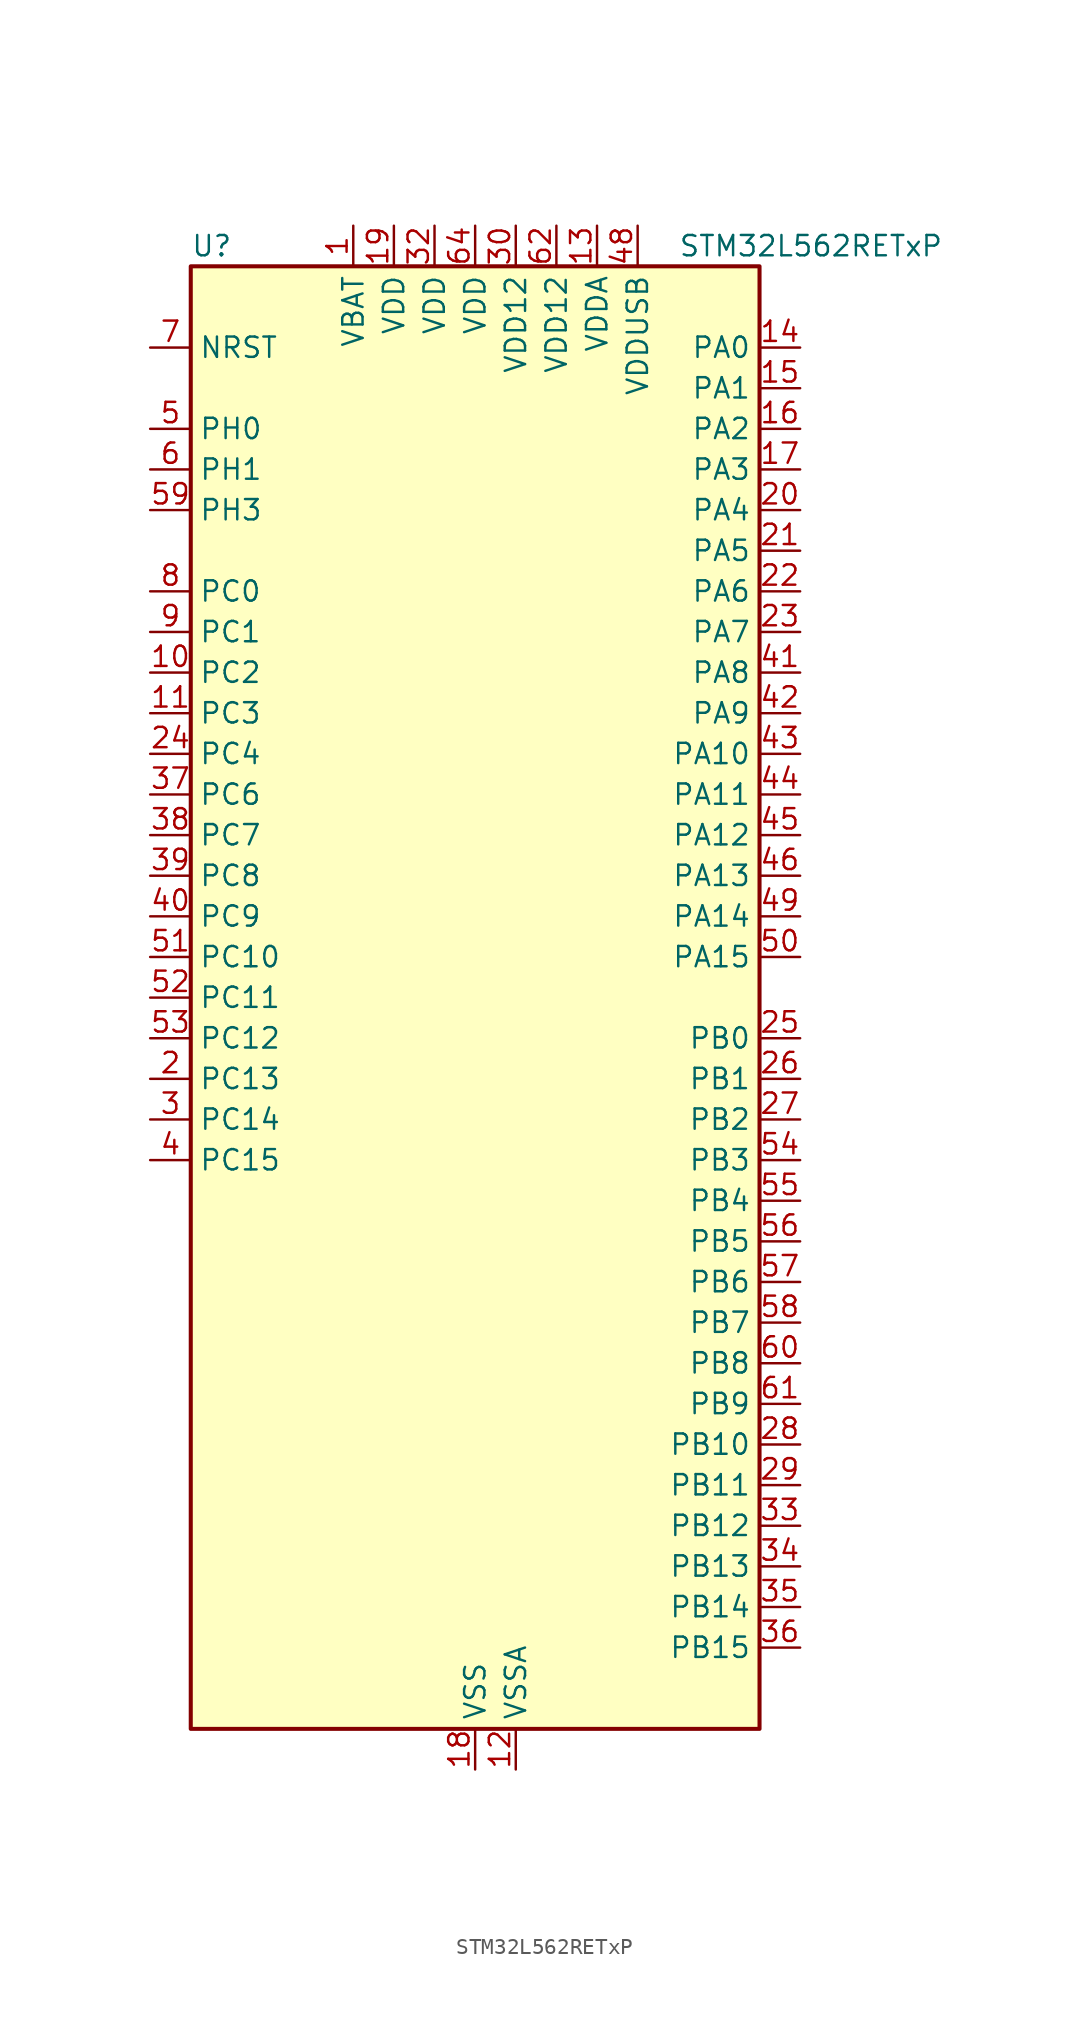
<source format=kicad_sym>
(kicad_symbol_lib
  (version 20241209)
  (generator "kicad_symbol_editor")
  (generator_version "9.0")
  (symbol "STM32L562RETxP"
    (property "Reference" "U"
      (at -17.78 46.99 0)
      (effects (font (size 1.27 1.27)) (justify left)))
    (property "Value" "STM32L562RETxP"
      (at 12.7 46.99 0)
      (effects (font (size 1.27 1.27)) (justify left)))
    (symbol "STM32L562RETxP_0_1"
      (rectangle (start -17.78 -45.72) (end 17.78 45.72) (stroke (width 0.254) (type default)) (fill (type background))))
    (symbol "STM32L562RETxP_1_1"
      (pin input line (at -20.32 40.64 0) (length 2.54) (name "NRST" (effects (font (size 1.27 1.27)))) (number "7" (effects (font (size 1.27 1.27)))))
      (pin bidirectional line (at -20.32 35.56 0) (length 2.54) (name "PH0" (effects (font (size 1.27 1.27)))) (number "5" (effects (font (size 1.27 1.27)))) (alternate "RCC_OSC_IN" bidirectional line))
      (pin bidirectional line (at -20.32 33.02 0) (length 2.54) (name "PH1" (effects (font (size 1.27 1.27)))) (number "6" (effects (font (size 1.27 1.27)))) (alternate "RCC_OSC_OUT" bidirectional line))
      (pin bidirectional line (at -20.32 30.48 0) (length 2.54) (name "PH3" (effects (font (size 1.27 1.27)))) (number "59" (effects (font (size 1.27 1.27)))))
      (pin bidirectional line (at -20.32 25.4 0) (length 2.54) (name "PC0" (effects (font (size 1.27 1.27)))) (number "8" (effects (font (size 1.27 1.27)))) (alternate "ADC1_IN1" bidirectional line) (alternate "ADC2_IN1" bidirectional line) (alternate "I2C3_SCL" bidirectional line) (alternate "LPTIM1_IN1" bidirectional line) (alternate "LPTIM2_IN1" bidirectional line) (alternate "LPUART1_RX" bidirectional line) (alternate "OCTOSPI1_IO7" bidirectional line) (alternate "SAI2_FS_A" bidirectional line))
      (pin bidirectional line (at -20.32 22.86 0) (length 2.54) (name "PC1" (effects (font (size 1.27 1.27)))) (number "9" (effects (font (size 1.27 1.27)))) (alternate "ADC1_IN2" bidirectional line) (alternate "ADC2_IN2" bidirectional line) (alternate "DEBUG_TRACED0" bidirectional line) (alternate "I2C3_SDA" bidirectional line) (alternate "LPTIM1_OUT" bidirectional line) (alternate "LPUART1_TX" bidirectional line) (alternate "OCTOSPI1_IO4" bidirectional line) (alternate "SAI1_SD_A" bidirectional line) (alternate "SPI2_MOSI" bidirectional line))
      (pin bidirectional line (at -20.32 20.32 0) (length 2.54) (name "PC2" (effects (font (size 1.27 1.27)))) (number "10" (effects (font (size 1.27 1.27)))) (alternate "ADC1_IN3" bidirectional line) (alternate "ADC2_IN3" bidirectional line) (alternate "DFSDM1_CKOUT" bidirectional line) (alternate "LPTIM1_IN2" bidirectional line) (alternate "OCTOSPI1_IO5" bidirectional line) (alternate "SPI2_MISO" bidirectional line))
      (pin bidirectional line (at -20.32 17.78 0) (length 2.54) (name "PC3" (effects (font (size 1.27 1.27)))) (number "11" (effects (font (size 1.27 1.27)))) (alternate "ADC1_IN4" bidirectional line) (alternate "ADC2_IN4" bidirectional line) (alternate "LPTIM1_ETR" bidirectional line) (alternate "LPTIM2_ETR" bidirectional line) (alternate "LPTIM3_OUT" bidirectional line) (alternate "OCTOSPI1_IO6" bidirectional line) (alternate "SAI1_D1" bidirectional line) (alternate "SAI1_SD_A" bidirectional line) (alternate "SPI2_MOSI" bidirectional line))
      (pin bidirectional line (at -20.32 15.24 0) (length 2.54) (name "PC4" (effects (font (size 1.27 1.27)))) (number "24" (effects (font (size 1.27 1.27)))) (alternate "ADC1_IN13" bidirectional line) (alternate "ADC2_IN13" bidirectional line) (alternate "COMP1_INM" bidirectional line) (alternate "OCTOSPI1_IO7" bidirectional line) (alternate "USART3_TX" bidirectional line))
      (pin bidirectional line (at -20.32 12.7 0) (length 2.54) (name "PC6" (effects (font (size 1.27 1.27)))) (number "37" (effects (font (size 1.27 1.27)))) (alternate "DFSDM1_CKIN3" bidirectional line) (alternate "SAI2_MCLK_A" bidirectional line) (alternate "TIM3_CH1" bidirectional line) (alternate "TIM8_CH1" bidirectional line) (alternate "TSC_G4_IO1" bidirectional line))
      (pin bidirectional line (at -20.32 10.16 0) (length 2.54) (name "PC7" (effects (font (size 1.27 1.27)))) (number "38" (effects (font (size 1.27 1.27)))) (alternate "DFSDM1_DATIN3" bidirectional line) (alternate "SAI2_MCLK_B" bidirectional line) (alternate "TIM3_CH2" bidirectional line) (alternate "TIM8_CH2" bidirectional line) (alternate "TSC_G4_IO2" bidirectional line))
      (pin bidirectional line (at -20.32 7.62 0) (length 2.54) (name "PC8" (effects (font (size 1.27 1.27)))) (number "39" (effects (font (size 1.27 1.27)))) (alternate "TIM3_CH3" bidirectional line) (alternate "TIM8_CH3" bidirectional line) (alternate "TSC_G4_IO3" bidirectional line))
      (pin bidirectional line (at -20.32 5.08 0) (length 2.54) (name "PC9" (effects (font (size 1.27 1.27)))) (number "40" (effects (font (size 1.27 1.27)))) (alternate "DAC1_EXTI9" bidirectional line) (alternate "DEBUG_TRACED0" bidirectional line) (alternate "SAI2_EXTCLK" bidirectional line) (alternate "TIM3_CH4" bidirectional line) (alternate "TIM8_BKIN2" bidirectional line) (alternate "TIM8_CH4" bidirectional line) (alternate "TSC_G4_IO4" bidirectional line) (alternate "USB_NOE" bidirectional line))
      (pin bidirectional line (at -20.32 2.54 0) (length 2.54) (name "PC10" (effects (font (size 1.27 1.27)))) (number "51" (effects (font (size 1.27 1.27)))) (alternate "DEBUG_TRACED1" bidirectional line) (alternate "LPTIM3_ETR" bidirectional line) (alternate "SAI2_SCK_B" bidirectional line) (alternate "SPI3_SCK" bidirectional line) (alternate "TSC_G3_IO2" bidirectional line) (alternate "UART4_TX" bidirectional line) (alternate "USART3_TX" bidirectional line))
      (pin bidirectional line (at -20.32 0 0) (length 2.54) (name "PC11" (effects (font (size 1.27 1.27)))) (number "52" (effects (font (size 1.27 1.27)))) (alternate "ADC1_EXTI11" bidirectional line) (alternate "ADC2_EXTI11" bidirectional line) (alternate "LPTIM3_IN1" bidirectional line) (alternate "OCTOSPI1_NCS" bidirectional line) (alternate "SAI2_MCLK_B" bidirectional line) (alternate "SPI3_MISO" bidirectional line) (alternate "TSC_G3_IO3" bidirectional line) (alternate "UART4_RX" bidirectional line) (alternate "UCPD1_FRSTX2" bidirectional line) (alternate "USART3_RX" bidirectional line))
      (pin bidirectional line (at -20.32 -2.54 0) (length 2.54) (name "PC12" (effects (font (size 1.27 1.27)))) (number "53" (effects (font (size 1.27 1.27)))) (alternate "DEBUG_TRACED3" bidirectional line) (alternate "SAI2_SD_B" bidirectional line) (alternate "SPI3_MOSI" bidirectional line) (alternate "TSC_G3_IO4" bidirectional line) (alternate "UART5_TX" bidirectional line) (alternate "USART3_CK" bidirectional line))
      (pin bidirectional line (at -20.32 -5.08 0) (length 2.54) (name "PC13" (effects (font (size 1.27 1.27)))) (number "2" (effects (font (size 1.27 1.27)))) (alternate "PWR_WKUP2" bidirectional line) (alternate "RTC_OUT1" bidirectional line) (alternate "RTC_TS" bidirectional line) (alternate "TAMP_IN1" bidirectional line) (alternate "TAMP_OUT2" bidirectional line))
      (pin bidirectional line (at -20.32 -7.62 0) (length 2.54) (name "PC14" (effects (font (size 1.27 1.27)))) (number "3" (effects (font (size 1.27 1.27)))) (alternate "RCC_OSC32_IN" bidirectional line))
      (pin bidirectional line (at -20.32 -10.16 0) (length 2.54) (name "PC15" (effects (font (size 1.27 1.27)))) (number "4" (effects (font (size 1.27 1.27)))) (alternate "ADC1_EXTI15" bidirectional line) (alternate "ADC2_EXTI15" bidirectional line) (alternate "RCC_OSC32_OUT" bidirectional line))
      (pin power_in line (at -7.62 48.26 270) (length 2.54) (name "VBAT" (effects (font (size 1.27 1.27)))) (number "1" (effects (font (size 1.27 1.27)))))
      (pin power_in line (at -5.08 48.26 270) (length 2.54) (name "VDD" (effects (font (size 1.27 1.27)))) (number "19" (effects (font (size 1.27 1.27)))))
      (pin power_in line (at -2.54 48.26 270) (length 2.54) (name "VDD" (effects (font (size 1.27 1.27)))) (number "32" (effects (font (size 1.27 1.27)))))
      (pin power_in line (at 0 48.26 270) (length 2.54) (name "VDD" (effects (font (size 1.27 1.27)))) (number "64" (effects (font (size 1.27 1.27)))))
      (pin power_in line (at 0 -48.26 90) (length 2.54) (name "VSS" (effects (font (size 1.27 1.27)))) (number "18" (effects (font (size 1.27 1.27)))))
      (pin passive line (at 0 -48.26 90) (length 2.54) (hide yes) (name "VSS" (effects (font (size 1.27 1.27)))) (number "31" (effects (font (size 1.27 1.27)))))
      (pin passive line (at 0 -48.26 90) (length 2.54) (hide yes) (name "VSS" (effects (font (size 1.27 1.27)))) (number "47" (effects (font (size 1.27 1.27)))))
      (pin passive line (at 0 -48.26 90) (length 2.54) (hide yes) (name "VSS" (effects (font (size 1.27 1.27)))) (number "63" (effects (font (size 1.27 1.27)))))
      (pin power_in line (at 2.54 48.26 270) (length 2.54) (name "VDD12" (effects (font (size 1.27 1.27)))) (number "30" (effects (font (size 1.27 1.27)))))
      (pin power_in line (at 2.54 -48.26 90) (length 2.54) (name "VSSA" (effects (font (size 1.27 1.27)))) (number "12" (effects (font (size 1.27 1.27)))))
      (pin power_in line (at 5.08 48.26 270) (length 2.54) (name "VDD12" (effects (font (size 1.27 1.27)))) (number "62" (effects (font (size 1.27 1.27)))))
      (pin power_in line (at 7.62 48.26 270) (length 2.54) (name "VDDA" (effects (font (size 1.27 1.27)))) (number "13" (effects (font (size 1.27 1.27)))))
      (pin power_in line (at 10.16 48.26 270) (length 2.54) (name "VDDUSB" (effects (font (size 1.27 1.27)))) (number "48" (effects (font (size 1.27 1.27)))))
      (pin bidirectional line (at 20.32 40.64 180) (length 2.54) (name "PA0" (effects (font (size 1.27 1.27)))) (number "14" (effects (font (size 1.27 1.27)))) (alternate "ADC1_IN5" bidirectional line) (alternate "ADC2_IN5" bidirectional line) (alternate "OPAMP1_VINP" bidirectional line) (alternate "PWR_WKUP1" bidirectional line) (alternate "SAI1_EXTCLK" bidirectional line) (alternate "TAMP_IN2" bidirectional line) (alternate "TAMP_OUT1" bidirectional line) (alternate "TIM2_CH1" bidirectional line) (alternate "TIM2_ETR" bidirectional line) (alternate "TIM5_CH1" bidirectional line) (alternate "TIM8_ETR" bidirectional line) (alternate "UART4_TX" bidirectional line) (alternate "USART2_CTS" bidirectional line) (alternate "USART2_NSS" bidirectional line))
      (pin bidirectional line (at 20.32 38.1 180) (length 2.54) (name "PA1" (effects (font (size 1.27 1.27)))) (number "15" (effects (font (size 1.27 1.27)))) (alternate "ADC1_IN6" bidirectional line) (alternate "ADC2_IN6" bidirectional line) (alternate "I2C1_SMBA" bidirectional line) (alternate "OCTOSPI1_DQS" bidirectional line) (alternate "OPAMP1_VINM" bidirectional line) (alternate "SPI1_SCK" bidirectional line) (alternate "TAMP_IN5" bidirectional line) (alternate "TAMP_OUT4" bidirectional line) (alternate "TIM15_CH1N" bidirectional line) (alternate "TIM2_CH2" bidirectional line) (alternate "TIM5_CH2" bidirectional line) (alternate "UART4_RX" bidirectional line) (alternate "USART2_DE" bidirectional line) (alternate "USART2_RTS" bidirectional line))
      (pin bidirectional line (at 20.32 35.56 180) (length 2.54) (name "PA2" (effects (font (size 1.27 1.27)))) (number "16" (effects (font (size 1.27 1.27)))) (alternate "ADC1_IN7" bidirectional line) (alternate "ADC2_IN7" bidirectional line) (alternate "COMP1_INP" bidirectional line) (alternate "LPUART1_TX" bidirectional line) (alternate "OCTOSPI1_NCS" bidirectional line) (alternate "PWR_WKUP4" bidirectional line) (alternate "RCC_LSCO" bidirectional line) (alternate "SAI2_EXTCLK" bidirectional line) (alternate "TIM15_CH1" bidirectional line) (alternate "TIM2_CH3" bidirectional line) (alternate "TIM5_CH3" bidirectional line) (alternate "UCPD1_FRSTX1" bidirectional line) (alternate "USART2_TX" bidirectional line))
      (pin bidirectional line (at 20.32 33.02 180) (length 2.54) (name "PA3" (effects (font (size 1.27 1.27)))) (number "17" (effects (font (size 1.27 1.27)))) (alternate "ADC1_IN8" bidirectional line) (alternate "ADC2_IN8" bidirectional line) (alternate "LPUART1_RX" bidirectional line) (alternate "OCTOSPI1_CLK" bidirectional line) (alternate "OPAMP1_VOUT" bidirectional line) (alternate "SAI1_CK1" bidirectional line) (alternate "SAI1_MCLK_A" bidirectional line) (alternate "TIM15_CH2" bidirectional line) (alternate "TIM2_CH4" bidirectional line) (alternate "TIM5_CH4" bidirectional line) (alternate "USART2_RX" bidirectional line))
      (pin bidirectional line (at 20.32 30.48 180) (length 2.54) (name "PA4" (effects (font (size 1.27 1.27)))) (number "20" (effects (font (size 1.27 1.27)))) (alternate "ADC1_IN9" bidirectional line) (alternate "ADC2_IN9" bidirectional line) (alternate "DAC1_OUT1" bidirectional line) (alternate "LPTIM2_OUT" bidirectional line) (alternate "OCTOSPI1_NCS" bidirectional line) (alternate "SAI1_FS_B" bidirectional line) (alternate "SPI1_NSS" bidirectional line) (alternate "SPI3_NSS" bidirectional line) (alternate "USART2_CK" bidirectional line))
      (pin bidirectional line (at 20.32 27.94 180) (length 2.54) (name "PA5" (effects (font (size 1.27 1.27)))) (number "21" (effects (font (size 1.27 1.27)))) (alternate "ADC1_IN10" bidirectional line) (alternate "ADC2_IN10" bidirectional line) (alternate "DAC1_OUT2" bidirectional line) (alternate "LPTIM2_ETR" bidirectional line) (alternate "SPI1_SCK" bidirectional line) (alternate "TIM2_CH1" bidirectional line) (alternate "TIM2_ETR" bidirectional line) (alternate "TIM8_CH1N" bidirectional line))
      (pin bidirectional line (at 20.32 25.4 180) (length 2.54) (name "PA6" (effects (font (size 1.27 1.27)))) (number "22" (effects (font (size 1.27 1.27)))) (alternate "ADC1_IN11" bidirectional line) (alternate "ADC2_IN11" bidirectional line) (alternate "LPUART1_CTS" bidirectional line) (alternate "OCTOSPI1_IO3" bidirectional line) (alternate "OPAMP2_VINP" bidirectional line) (alternate "SPI1_MISO" bidirectional line) (alternate "TIM16_CH1" bidirectional line) (alternate "TIM1_BKIN" bidirectional line) (alternate "TIM3_CH1" bidirectional line) (alternate "TIM8_BKIN" bidirectional line) (alternate "USART3_CTS" bidirectional line) (alternate "USART3_NSS" bidirectional line))
      (pin bidirectional line (at 20.32 22.86 180) (length 2.54) (name "PA7" (effects (font (size 1.27 1.27)))) (number "23" (effects (font (size 1.27 1.27)))) (alternate "ADC1_IN12" bidirectional line) (alternate "ADC2_IN12" bidirectional line) (alternate "I2C3_SCL" bidirectional line) (alternate "OCTOSPI1_IO2" bidirectional line) (alternate "OPAMP2_VINM" bidirectional line) (alternate "SPI1_MOSI" bidirectional line) (alternate "TIM17_CH1" bidirectional line) (alternate "TIM1_CH1N" bidirectional line) (alternate "TIM3_CH2" bidirectional line) (alternate "TIM8_CH1N" bidirectional line))
      (pin bidirectional line (at 20.32 20.32 180) (length 2.54) (name "PA8" (effects (font (size 1.27 1.27)))) (number "41" (effects (font (size 1.27 1.27)))) (alternate "LPTIM2_OUT" bidirectional line) (alternate "RCC_MCO" bidirectional line) (alternate "SAI1_CK2" bidirectional line) (alternate "SAI1_SCK_A" bidirectional line) (alternate "TIM1_CH1" bidirectional line) (alternate "USART1_CK" bidirectional line))
      (pin bidirectional line (at 20.32 17.78 180) (length 2.54) (name "PA9" (effects (font (size 1.27 1.27)))) (number "42" (effects (font (size 1.27 1.27)))) (alternate "DAC1_EXTI9" bidirectional line) (alternate "SAI1_FS_A" bidirectional line) (alternate "SPI2_SCK" bidirectional line) (alternate "TIM15_BKIN" bidirectional line) (alternate "TIM1_CH2" bidirectional line) (alternate "USART1_TX" bidirectional line))
      (pin bidirectional line (at 20.32 15.24 180) (length 2.54) (name "PA10" (effects (font (size 1.27 1.27)))) (number "43" (effects (font (size 1.27 1.27)))) (alternate "CRS_SYNC" bidirectional line) (alternate "SAI1_D1" bidirectional line) (alternate "SAI1_SD_A" bidirectional line) (alternate "TIM17_BKIN" bidirectional line) (alternate "TIM1_CH3" bidirectional line) (alternate "USART1_RX" bidirectional line))
      (pin bidirectional line (at 20.32 12.7 180) (length 2.54) (name "PA11" (effects (font (size 1.27 1.27)))) (number "44" (effects (font (size 1.27 1.27)))) (alternate "ADC1_EXTI11" bidirectional line) (alternate "ADC2_EXTI11" bidirectional line) (alternate "FDCAN1_RX" bidirectional line) (alternate "SPI1_MISO" bidirectional line) (alternate "TIM1_BKIN2" bidirectional line) (alternate "TIM1_CH4" bidirectional line) (alternate "USART1_CTS" bidirectional line) (alternate "USART1_NSS" bidirectional line) (alternate "USB_DM" bidirectional line))
      (pin bidirectional line (at 20.32 10.16 180) (length 2.54) (name "PA12" (effects (font (size 1.27 1.27)))) (number "45" (effects (font (size 1.27 1.27)))) (alternate "FDCAN1_TX" bidirectional line) (alternate "SPI1_MOSI" bidirectional line) (alternate "TIM1_ETR" bidirectional line) (alternate "USART1_DE" bidirectional line) (alternate "USART1_RTS" bidirectional line) (alternate "USB_DP" bidirectional line))
      (pin bidirectional line (at 20.32 7.62 180) (length 2.54) (name "PA13" (effects (font (size 1.27 1.27)))) (number "46" (effects (font (size 1.27 1.27)))) (alternate "DEBUG_JTMS-SWDIO" bidirectional line) (alternate "IR_OUT" bidirectional line) (alternate "SAI1_SD_B" bidirectional line) (alternate "USB_NOE" bidirectional line))
      (pin bidirectional line (at 20.32 5.08 180) (length 2.54) (name "PA14" (effects (font (size 1.27 1.27)))) (number "49" (effects (font (size 1.27 1.27)))) (alternate "DEBUG_JTCK-SWCLK" bidirectional line) (alternate "I2C1_SMBA" bidirectional line) (alternate "I2C4_SMBA" bidirectional line) (alternate "LPTIM1_OUT" bidirectional line) (alternate "SAI1_FS_B" bidirectional line))
      (pin bidirectional line (at 20.32 2.54 180) (length 2.54) (name "PA15" (effects (font (size 1.27 1.27)))) (number "50" (effects (font (size 1.27 1.27)))) (alternate "ADC1_EXTI15" bidirectional line) (alternate "ADC2_EXTI15" bidirectional line) (alternate "DEBUG_JTDI" bidirectional line) (alternate "SAI2_FS_B" bidirectional line) (alternate "SPI1_NSS" bidirectional line) (alternate "SPI3_NSS" bidirectional line) (alternate "TIM2_CH1" bidirectional line) (alternate "TIM2_ETR" bidirectional line) (alternate "UART4_DE" bidirectional line) (alternate "UART4_RTS" bidirectional line) (alternate "UCPD1_CC1" bidirectional line) (alternate "USART2_RX" bidirectional line) (alternate "USART3_DE" bidirectional line) (alternate "USART3_RTS" bidirectional line))
      (pin bidirectional line (at 20.32 -2.54 180) (length 2.54) (name "PB0" (effects (font (size 1.27 1.27)))) (number "25" (effects (font (size 1.27 1.27)))) (alternate "ADC1_IN15" bidirectional line) (alternate "ADC2_IN15" bidirectional line) (alternate "COMP1_OUT" bidirectional line) (alternate "OCTOSPI1_IO1" bidirectional line) (alternate "OPAMP2_VOUT" bidirectional line) (alternate "SAI1_EXTCLK" bidirectional line) (alternate "SPI1_NSS" bidirectional line) (alternate "TIM1_CH2N" bidirectional line) (alternate "TIM3_CH3" bidirectional line) (alternate "TIM8_CH2N" bidirectional line) (alternate "USART3_CK" bidirectional line))
      (pin bidirectional line (at 20.32 -5.08 180) (length 2.54) (name "PB1" (effects (font (size 1.27 1.27)))) (number "26" (effects (font (size 1.27 1.27)))) (alternate "ADC1_IN16" bidirectional line) (alternate "ADC2_IN16" bidirectional line) (alternate "COMP1_INM" bidirectional line) (alternate "DFSDM1_DATIN0" bidirectional line) (alternate "LPTIM2_IN1" bidirectional line) (alternate "LPUART1_DE" bidirectional line) (alternate "LPUART1_RTS" bidirectional line) (alternate "OCTOSPI1_IO0" bidirectional line) (alternate "TIM1_CH3N" bidirectional line) (alternate "TIM3_CH4" bidirectional line) (alternate "TIM8_CH3N" bidirectional line) (alternate "USART3_DE" bidirectional line) (alternate "USART3_RTS" bidirectional line))
      (pin bidirectional line (at 20.32 -7.62 180) (length 2.54) (name "PB2" (effects (font (size 1.27 1.27)))) (number "27" (effects (font (size 1.27 1.27)))) (alternate "COMP1_INP" bidirectional line) (alternate "DFSDM1_CKIN0" bidirectional line) (alternate "I2C3_SMBA" bidirectional line) (alternate "LPTIM1_OUT" bidirectional line) (alternate "OCTOSPI1_DQS" bidirectional line) (alternate "RTC_OUT2" bidirectional line) (alternate "UCPD1_FRSTX1" bidirectional line))
      (pin bidirectional line (at 20.32 -10.16 180) (length 2.54) (name "PB3" (effects (font (size 1.27 1.27)))) (number "54" (effects (font (size 1.27 1.27)))) (alternate "COMP2_INM" bidirectional line) (alternate "CRS_SYNC" bidirectional line) (alternate "DEBUG_JTDO-SWO" bidirectional line) (alternate "SAI1_SCK_B" bidirectional line) (alternate "SPI1_SCK" bidirectional line) (alternate "SPI3_SCK" bidirectional line) (alternate "TIM2_CH2" bidirectional line) (alternate "USART1_DE" bidirectional line) (alternate "USART1_RTS" bidirectional line))
      (pin bidirectional line (at 20.32 -12.7 180) (length 2.54) (name "PB4" (effects (font (size 1.27 1.27)))) (number "55" (effects (font (size 1.27 1.27)))) (alternate "COMP2_INP" bidirectional line) (alternate "DEBUG_JTRST" bidirectional line) (alternate "I2C3_SDA" bidirectional line) (alternate "SAI1_MCLK_B" bidirectional line) (alternate "SPI1_MISO" bidirectional line) (alternate "SPI3_MISO" bidirectional line) (alternate "TIM17_BKIN" bidirectional line) (alternate "TIM3_CH1" bidirectional line) (alternate "TSC_G2_IO1" bidirectional line) (alternate "UART5_DE" bidirectional line) (alternate "UART5_RTS" bidirectional line) (alternate "USART1_CTS" bidirectional line) (alternate "USART1_NSS" bidirectional line))
      (pin bidirectional line (at 20.32 -15.24 180) (length 2.54) (name "PB5" (effects (font (size 1.27 1.27)))) (number "56" (effects (font (size 1.27 1.27)))) (alternate "COMP2_OUT" bidirectional line) (alternate "I2C1_SMBA" bidirectional line) (alternate "LPTIM1_IN1" bidirectional line) (alternate "OCTOSPI1_NCLK" bidirectional line) (alternate "SAI1_SD_B" bidirectional line) (alternate "SPI1_MOSI" bidirectional line) (alternate "SPI3_MOSI" bidirectional line) (alternate "TIM16_BKIN" bidirectional line) (alternate "TIM3_CH2" bidirectional line) (alternate "TSC_G2_IO2" bidirectional line) (alternate "UART5_CTS" bidirectional line) (alternate "UCPD1_DBCC1" bidirectional line) (alternate "USART1_CK" bidirectional line))
      (pin bidirectional line (at 20.32 -17.78 180) (length 2.54) (name "PB6" (effects (font (size 1.27 1.27)))) (number "57" (effects (font (size 1.27 1.27)))) (alternate "COMP2_INP" bidirectional line) (alternate "I2C1_SCL" bidirectional line) (alternate "I2C4_SCL" bidirectional line) (alternate "LPTIM1_ETR" bidirectional line) (alternate "SAI1_FS_B" bidirectional line) (alternate "TIM16_CH1N" bidirectional line) (alternate "TIM4_CH1" bidirectional line) (alternate "TIM8_BKIN2" bidirectional line) (alternate "TSC_G2_IO3" bidirectional line) (alternate "USART1_TX" bidirectional line))
      (pin bidirectional line (at 20.32 -20.32 180) (length 2.54) (name "PB7" (effects (font (size 1.27 1.27)))) (number "58" (effects (font (size 1.27 1.27)))) (alternate "COMP2_INM" bidirectional line) (alternate "I2C1_SDA" bidirectional line) (alternate "I2C4_SDA" bidirectional line) (alternate "LPTIM1_IN2" bidirectional line) (alternate "PWR_PVD_IN" bidirectional line) (alternate "TIM17_CH1N" bidirectional line) (alternate "TIM4_CH2" bidirectional line) (alternate "TIM8_BKIN" bidirectional line) (alternate "TSC_G2_IO4" bidirectional line) (alternate "UART4_CTS" bidirectional line) (alternate "USART1_RX" bidirectional line))
      (pin bidirectional line (at 20.32 -22.86 180) (length 2.54) (name "PB8" (effects (font (size 1.27 1.27)))) (number "60" (effects (font (size 1.27 1.27)))) (alternate "DFSDM1_CKOUT" bidirectional line) (alternate "FDCAN1_RX" bidirectional line) (alternate "I2C1_SCL" bidirectional line) (alternate "SAI1_CK1" bidirectional line) (alternate "SAI1_MCLK_A" bidirectional line) (alternate "TIM16_CH1" bidirectional line) (alternate "TIM4_CH3" bidirectional line))
      (pin bidirectional line (at 20.32 -25.4 180) (length 2.54) (name "PB9" (effects (font (size 1.27 1.27)))) (number "61" (effects (font (size 1.27 1.27)))) (alternate "DAC1_EXTI9" bidirectional line) (alternate "FDCAN1_TX" bidirectional line) (alternate "I2C1_SDA" bidirectional line) (alternate "IR_OUT" bidirectional line) (alternate "SAI1_D2" bidirectional line) (alternate "SAI1_FS_A" bidirectional line) (alternate "SPI2_NSS" bidirectional line) (alternate "TIM17_CH1" bidirectional line) (alternate "TIM4_CH4" bidirectional line))
      (pin bidirectional line (at 20.32 -27.94 180) (length 2.54) (name "PB10" (effects (font (size 1.27 1.27)))) (number "28" (effects (font (size 1.27 1.27)))) (alternate "COMP1_OUT" bidirectional line) (alternate "I2C2_SCL" bidirectional line) (alternate "I2C4_SCL" bidirectional line) (alternate "LPTIM3_OUT" bidirectional line) (alternate "LPUART1_RX" bidirectional line) (alternate "OCTOSPI1_CLK" bidirectional line) (alternate "SAI1_SCK_A" bidirectional line) (alternate "SPI2_SCK" bidirectional line) (alternate "TIM2_CH3" bidirectional line) (alternate "TSC_SYNC" bidirectional line) (alternate "USART3_TX" bidirectional line))
      (pin bidirectional line (at 20.32 -30.48 180) (length 2.54) (name "PB11" (effects (font (size 1.27 1.27)))) (number "29" (effects (font (size 1.27 1.27)))) (alternate "ADC1_EXTI11" bidirectional line) (alternate "ADC2_EXTI11" bidirectional line) (alternate "COMP2_OUT" bidirectional line) (alternate "I2C2_SDA" bidirectional line) (alternate "I2C4_SDA" bidirectional line) (alternate "LPUART1_TX" bidirectional line) (alternate "OCTOSPI1_NCS" bidirectional line) (alternate "TIM2_CH4" bidirectional line) (alternate "USART3_RX" bidirectional line))
      (pin bidirectional line (at 20.32 -33.02 180) (length 2.54) (name "PB12" (effects (font (size 1.27 1.27)))) (number "33" (effects (font (size 1.27 1.27)))) (alternate "DFSDM1_DATIN1" bidirectional line) (alternate "I2C2_SMBA" bidirectional line) (alternate "LPUART1_DE" bidirectional line) (alternate "LPUART1_RTS" bidirectional line) (alternate "OCTOSPI1_NCLK" bidirectional line) (alternate "SAI2_FS_A" bidirectional line) (alternate "SPI2_NSS" bidirectional line) (alternate "TIM15_BKIN" bidirectional line) (alternate "TIM1_BKIN" bidirectional line) (alternate "TSC_G1_IO1" bidirectional line) (alternate "USART3_CK" bidirectional line))
      (pin bidirectional line (at 20.32 -35.56 180) (length 2.54) (name "PB13" (effects (font (size 1.27 1.27)))) (number "34" (effects (font (size 1.27 1.27)))) (alternate "DFSDM1_CKIN1" bidirectional line) (alternate "I2C2_SCL" bidirectional line) (alternate "LPTIM3_IN1" bidirectional line) (alternate "LPUART1_CTS" bidirectional line) (alternate "SAI2_SCK_A" bidirectional line) (alternate "SPI2_SCK" bidirectional line) (alternate "TIM15_CH1N" bidirectional line) (alternate "TIM1_CH1N" bidirectional line) (alternate "TSC_G1_IO2" bidirectional line) (alternate "UCPD1_FRSTX2" bidirectional line) (alternate "USART3_CTS" bidirectional line) (alternate "USART3_NSS" bidirectional line))
      (pin bidirectional line (at 20.32 -38.1 180) (length 2.54) (name "PB14" (effects (font (size 1.27 1.27)))) (number "35" (effects (font (size 1.27 1.27)))) (alternate "DFSDM1_DATIN2" bidirectional line) (alternate "I2C2_SDA" bidirectional line) (alternate "LPTIM3_ETR" bidirectional line) (alternate "SAI2_MCLK_A" bidirectional line) (alternate "SPI2_MISO" bidirectional line) (alternate "TIM15_CH1" bidirectional line) (alternate "TIM1_CH2N" bidirectional line) (alternate "TIM8_CH2N" bidirectional line) (alternate "TSC_G1_IO3" bidirectional line) (alternate "UCPD1_DBCC2" bidirectional line) (alternate "USART3_DE" bidirectional line) (alternate "USART3_RTS" bidirectional line))
      (pin bidirectional line (at 20.32 -40.64 180) (length 2.54) (name "PB15" (effects (font (size 1.27 1.27)))) (number "36" (effects (font (size 1.27 1.27)))) (alternate "ADC1_EXTI15" bidirectional line) (alternate "ADC2_EXTI15" bidirectional line) (alternate "DFSDM1_CKIN2" bidirectional line) (alternate "RTC_REFIN" bidirectional line) (alternate "SAI2_SD_A" bidirectional line) (alternate "SPI2_MOSI" bidirectional line) (alternate "TIM15_CH2" bidirectional line) (alternate "TIM1_CH3N" bidirectional line) (alternate "TIM8_CH3N" bidirectional line) (alternate "UCPD1_CC2" bidirectional line)))))
</source>
